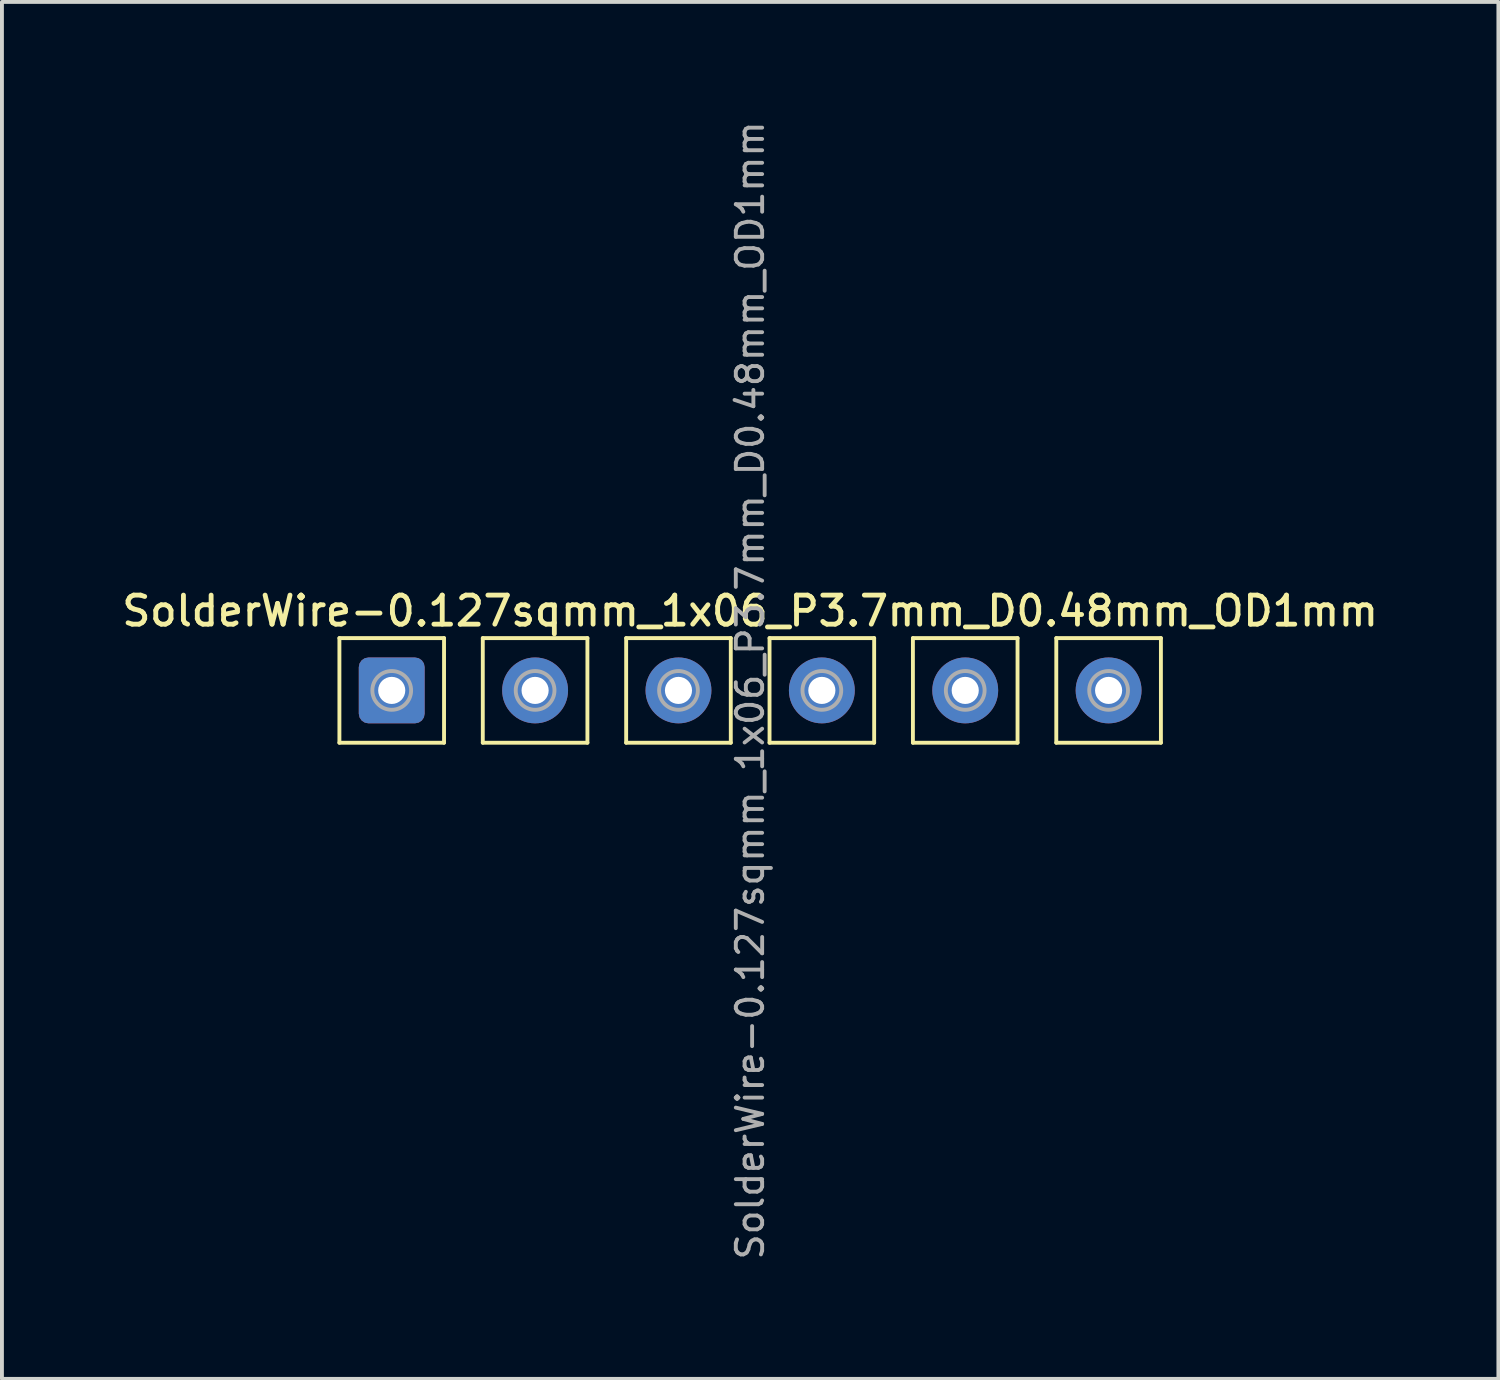
<source format=kicad_pcb>
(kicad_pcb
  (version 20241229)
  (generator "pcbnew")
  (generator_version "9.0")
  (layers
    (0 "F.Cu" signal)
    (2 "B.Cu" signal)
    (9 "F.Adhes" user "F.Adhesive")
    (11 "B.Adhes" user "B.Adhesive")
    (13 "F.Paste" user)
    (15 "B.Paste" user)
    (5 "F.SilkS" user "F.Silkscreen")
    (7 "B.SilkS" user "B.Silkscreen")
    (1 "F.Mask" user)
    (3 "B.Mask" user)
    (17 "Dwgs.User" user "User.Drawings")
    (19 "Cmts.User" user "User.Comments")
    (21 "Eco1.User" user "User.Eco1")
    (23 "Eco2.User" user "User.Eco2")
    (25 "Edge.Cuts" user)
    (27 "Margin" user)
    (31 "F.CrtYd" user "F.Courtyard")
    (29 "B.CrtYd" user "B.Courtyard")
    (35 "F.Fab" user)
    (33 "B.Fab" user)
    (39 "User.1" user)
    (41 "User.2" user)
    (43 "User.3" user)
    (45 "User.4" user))
  (footprint "SolderWire-0.127sqmm_1x06_P3.7mm_D0.48mm_OD1mm"
    (layer "F.Cu")
    (at 7.059 14.767)
    (property "Reference" "SolderWire-0.127sqmm_1x06_P3.7mm_D0.48mm_OD1mm" (at 9.25 -2.05 0) (layer "F.SilkS") (effects (font (size 0.75 0.75) (thickness 0.125))))
    (attr exclude_from_pos_files exclude_from_bom)
    (fp_line (start -1.35 -1.35) (end -1.35 1.35) (stroke (width 0.1) (type solid)) (layer "F.SilkS"))
    (fp_line (start -1.35 1.35) (end 1.35 1.35) (stroke (width 0.1) (type solid)) (layer "F.SilkS"))
    (fp_line (start 1.35 -1.35) (end -1.35 -1.35) (stroke (width 0.1) (type solid)) (layer "F.SilkS"))
    (fp_line (start 1.35 1.35) (end 1.35 -1.35) (stroke (width 0.1) (type solid)) (layer "F.SilkS"))
    (fp_line (start 2.35 -1.35) (end 2.35 1.35) (stroke (width 0.1) (type solid)) (layer "F.SilkS"))
    (fp_line (start 2.35 1.35) (end 5.05 1.35) (stroke (width 0.1) (type solid)) (layer "F.SilkS"))
    (fp_line (start 5.05 -1.35) (end 2.35 -1.35) (stroke (width 0.1) (type solid)) (layer "F.SilkS"))
    (fp_line (start 5.05 1.35) (end 5.05 -1.35) (stroke (width 0.1) (type solid)) (layer "F.SilkS"))
    (fp_line (start 6.05 -1.35) (end 6.05 1.35) (stroke (width 0.1) (type solid)) (layer "F.SilkS"))
    (fp_line (start 6.05 1.35) (end 8.75 1.35) (stroke (width 0.1) (type solid)) (layer "F.SilkS"))
    (fp_line (start 8.75 -1.35) (end 6.05 -1.35) (stroke (width 0.1) (type solid)) (layer "F.SilkS"))
    (fp_line (start 8.75 1.35) (end 8.75 -1.35) (stroke (width 0.1) (type solid)) (layer "F.SilkS"))
    (fp_line (start 9.75 -1.35) (end 9.75 1.35) (stroke (width 0.1) (type solid)) (layer "F.SilkS"))
    (fp_line (start 9.75 1.35) (end 12.45 1.35) (stroke (width 0.1) (type solid)) (layer "F.SilkS"))
    (fp_line (start 12.45 -1.35) (end 9.75 -1.35) (stroke (width 0.1) (type solid)) (layer "F.SilkS"))
    (fp_line (start 12.45 1.35) (end 12.45 -1.35) (stroke (width 0.1) (type solid)) (layer "F.SilkS"))
    (fp_line (start 13.45 -1.35) (end 13.45 1.35) (stroke (width 0.1) (type solid)) (layer "F.SilkS"))
    (fp_line (start 13.45 1.35) (end 16.15 1.35) (stroke (width 0.1) (type solid)) (layer "F.SilkS"))
    (fp_line (start 16.15 -1.35) (end 13.45 -1.35) (stroke (width 0.1) (type solid)) (layer "F.SilkS"))
    (fp_line (start 16.15 1.35) (end 16.15 -1.35) (stroke (width 0.1) (type solid)) (layer "F.SilkS"))
    (fp_line (start 17.15 -1.35) (end 17.15 1.35) (stroke (width 0.1) (type solid)) (layer "F.SilkS"))
    (fp_line (start 17.15 1.35) (end 19.85 1.35) (stroke (width 0.1) (type solid)) (layer "F.SilkS"))
    (fp_line (start 19.85 -1.35) (end 17.15 -1.35) (stroke (width 0.1) (type solid)) (layer "F.SilkS"))
    (fp_line (start 19.85 1.35) (end 19.85 -1.35) (stroke (width 0.1) (type solid)) (layer "F.SilkS"))
    (fp_circle (center 0 0) (end 0.5 0) (stroke (width 0.1) (type solid)) (fill no) (layer "F.Fab"))
    (fp_circle (center 3.7 0) (end 4.2 0) (stroke (width 0.1) (type solid)) (fill no) (layer "F.Fab"))
    (fp_circle (center 7.4 0) (end 7.9 0) (stroke (width 0.1) (type solid)) (fill no) (layer "F.Fab"))
    (fp_circle (center 11.1 0) (end 11.6 0) (stroke (width 0.1) (type solid)) (fill no) (layer "F.Fab"))
    (fp_circle (center 14.8 0) (end 15.3 0) (stroke (width 0.1) (type solid)) (fill no) (layer "F.Fab"))
    (fp_circle (center 18.5 0) (end 19 0) (stroke (width 0.1) (type solid)) (fill no) (layer "F.Fab"))
    (fp_text user "${REFERENCE}" (at 9.25 0 90) (layer "F.Fab") (effects (font (size 0.68 0.68) (thickness 0.1))))
    (pad "1" thru_hole roundrect (at 0 0) (size 1.7 1.7) (drill 0.7) (layers "*.Cu" "*.Mask") (roundrect_rratio 0.147))
    (pad "2" thru_hole circle (at 3.7 0) (size 1.7 1.7) (drill 0.7) (layers "*.Cu" "*.Mask"))
    (pad "3" thru_hole circle (at 7.4 0) (size 1.7 1.7) (drill 0.7) (layers "*.Cu" "*.Mask"))
    (pad "4" thru_hole circle (at 11.1 0) (size 1.7 1.7) (drill 0.7) (layers "*.Cu" "*.Mask"))
    (pad "5" thru_hole circle (at 14.8 0) (size 1.7 1.7) (drill 0.7) (layers "*.Cu" "*.Mask"))
    (pad "6" thru_hole circle (at 18.5 0) (size 1.7 1.7) (drill 0.7) (layers "*.Cu" "*.Mask")))
  (gr_rect
    (start -3 -3)
    (end 35.618 32.534)
    (stroke (width 0.1) (type default))
    (fill no)
    (layer "Edge.Cuts")))
</source>
